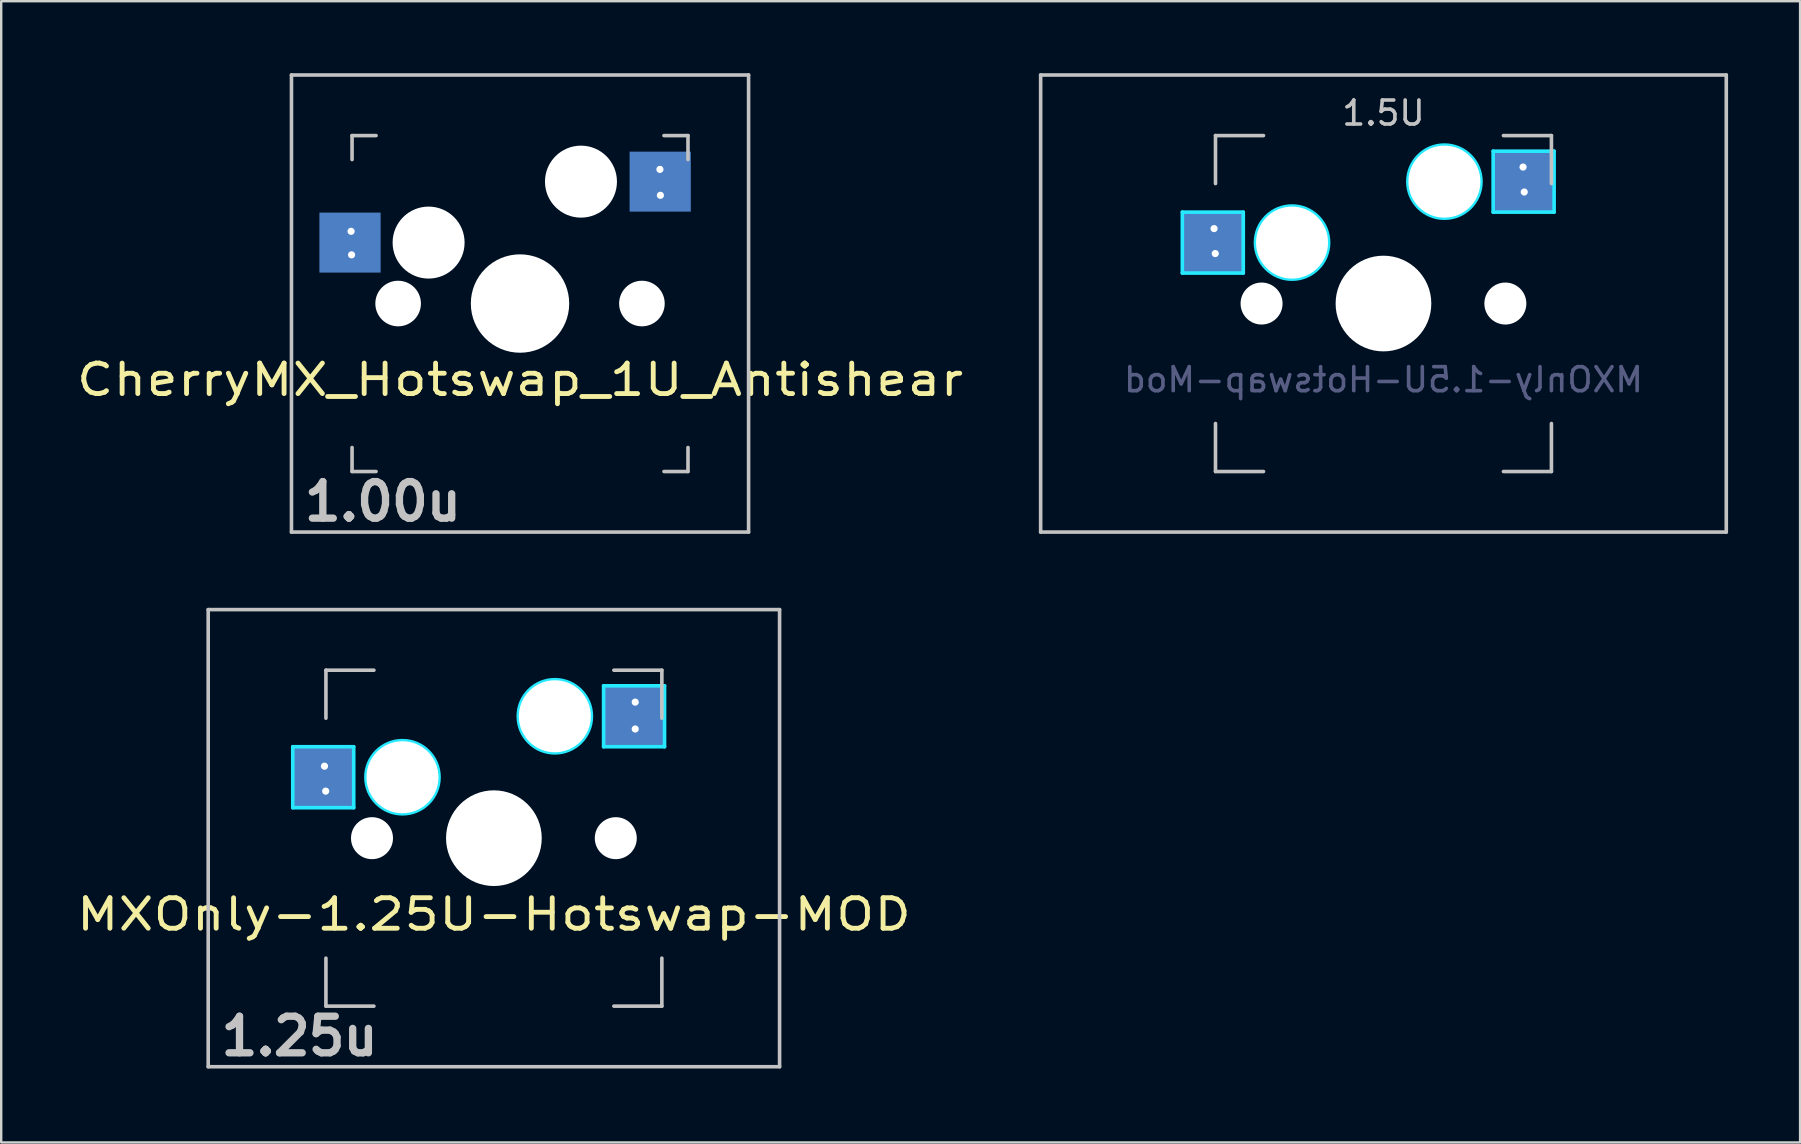
<source format=kicad_pcb>
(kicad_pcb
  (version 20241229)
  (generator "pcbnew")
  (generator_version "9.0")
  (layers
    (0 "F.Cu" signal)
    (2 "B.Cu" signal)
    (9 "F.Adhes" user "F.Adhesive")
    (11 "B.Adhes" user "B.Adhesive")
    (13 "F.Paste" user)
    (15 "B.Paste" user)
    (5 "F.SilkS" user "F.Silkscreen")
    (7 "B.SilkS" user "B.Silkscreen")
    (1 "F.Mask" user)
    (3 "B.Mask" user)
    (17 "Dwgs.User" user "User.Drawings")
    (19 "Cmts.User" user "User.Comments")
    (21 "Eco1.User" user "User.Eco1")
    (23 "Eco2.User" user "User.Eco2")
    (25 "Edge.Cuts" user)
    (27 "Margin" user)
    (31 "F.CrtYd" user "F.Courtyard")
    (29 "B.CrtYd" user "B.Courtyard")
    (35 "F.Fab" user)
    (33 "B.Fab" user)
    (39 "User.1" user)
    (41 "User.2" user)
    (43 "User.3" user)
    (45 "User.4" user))
  (footprint "CherryMX_Hotswap_1U_Antishear"
    (layer "F.Cu")
    (at 18.622 9.6)
    (property "Reference" "CherryMX_Hotswap_1U_Antishear" (at 0 3.175 0) (layer "F.SilkS") (effects (font (size 1.27 1.524) (thickness 0.203))))
    (attr through_hole)
    (fp_line (start -9.525 -9.525) (end 9.525 -9.525) (stroke (width 0.15) (type solid)) (layer "Dwgs.User"))
    (fp_line (start -9.525 9.525) (end -9.525 -9.525) (stroke (width 0.15) (type solid)) (layer "Dwgs.User"))
    (fp_line (start -7 -7) (end -6 -7) (stroke (width 0.15) (type solid)) (layer "Dwgs.User"))
    (fp_line (start -7 -6) (end -7 -7) (stroke (width 0.15) (type solid)) (layer "Dwgs.User"))
    (fp_line (start -7 6) (end -7 7) (stroke (width 0.15) (type solid)) (layer "Dwgs.User"))
    (fp_line (start -7 7) (end -6 7) (stroke (width 0.15) (type solid)) (layer "Dwgs.User"))
    (fp_line (start 6 7) (end 7 7) (stroke (width 0.15) (type solid)) (layer "Dwgs.User"))
    (fp_line (start 7 -7) (end 6 -7) (stroke (width 0.15) (type solid)) (layer "Dwgs.User"))
    (fp_line (start 7 -7) (end 7 -6) (stroke (width 0.15) (type solid)) (layer "Dwgs.User"))
    (fp_line (start 7 7) (end 7 6) (stroke (width 0.15) (type solid)) (layer "Dwgs.User"))
    (fp_line (start 9.525 -9.525) (end 9.525 9.525) (stroke (width 0.15) (type solid)) (layer "Dwgs.User"))
    (fp_line (start 9.525 9.525) (end -9.525 9.525) (stroke (width 0.15) (type solid)) (layer "Dwgs.User"))
    (fp_text user "1.00u" (at -5.715 8.255 0) (layer "Dwgs.User") (effects (font (size 1.524 1.524) (thickness 0.305))))
    (pad "" np_thru_hole circle (at -5.08 0) (size 1.9 1.9) (drill 1.9) (layers "*.Cu" "*.Mask"))
    (pad "" np_thru_hole circle (at -3.81 -2.54) (size 3 3) (drill 3) (layers "*.Cu" "*.Mask"))
    (pad "" np_thru_hole circle (at 0 0 90) (size 4.1 4.1) (drill 4.1) (layers "*.Cu" "*.Mask"))
    (pad "" np_thru_hole circle (at 2.54 -5.08) (size 3 3) (drill 3) (layers "*.Cu" "*.Mask"))
    (pad "" np_thru_hole circle (at 5.08 0) (size 1.9 1.9) (drill 1.9) (layers "*.Cu" "*.Mask"))
    (pad "1" smd rect (at -7.085 -2.54 180) (size 2.55 2.5) (layers "B.Cu" "B.Mask" "B.Paste"))
    (pad "1" thru_hole circle (at -7.04 -3.01) (size 0.6 0.6) (drill 0.3) (layers "*.Cu" "*.Mask"))
    (pad "1" thru_hole circle (at -7.02 -2.03) (size 0.6 0.6) (drill 0.3) (layers "*.Cu" "*.Mask"))
    (pad "2" thru_hole circle (at 5.83 -5.59) (size 0.6 0.6) (drill 0.3) (layers "*.Cu" "*.Mask"))
    (pad "2" smd rect (at 5.842 -5.08 180) (size 2.55 2.5) (layers "B.Cu" "B.Mask" "B.Paste"))
    (pad "2" thru_hole circle (at 5.85 -4.51) (size 0.6 0.6) (drill 0.3) (layers "*.Cu" "*.Mask")))
  (footprint "MXOnly-1.25U-Hotswap-MOD"
    (layer "F.Cu")
    (at 17.533 31.881)
    (property "Reference" "MXOnly-1.25U-Hotswap-MOD" (at 0 3.175 0) (layer "F.SilkS") (effects (font (size 1.27 1.524) (thickness 0.203))))
    (attr smd)
    (fp_line (start -11.906 -9.525) (end 11.906 -9.525) (stroke (width 0.15) (type solid)) (layer "Dwgs.User"))
    (fp_line (start -11.906 9.525) (end -11.906 -9.525) (stroke (width 0.15) (type solid)) (layer "Dwgs.User"))
    (fp_line (start -7 -7) (end -7 -5) (stroke (width 0.15) (type solid)) (layer "Dwgs.User"))
    (fp_line (start -7 5) (end -7 7) (stroke (width 0.15) (type solid)) (layer "Dwgs.User"))
    (fp_line (start -7 7) (end -5 7) (stroke (width 0.15) (type solid)) (layer "Dwgs.User"))
    (fp_line (start -5 -7) (end -7 -7) (stroke (width 0.15) (type solid)) (layer "Dwgs.User"))
    (fp_line (start 5 -7) (end 7 -7) (stroke (width 0.15) (type solid)) (layer "Dwgs.User"))
    (fp_line (start 5 7) (end 7 7) (stroke (width 0.15) (type solid)) (layer "Dwgs.User"))
    (fp_line (start 7 -7) (end 7 -5) (stroke (width 0.15) (type solid)) (layer "Dwgs.User"))
    (fp_line (start 7 7) (end 7 5) (stroke (width 0.15) (type solid)) (layer "Dwgs.User"))
    (fp_line (start 11.906 -9.525) (end 11.906 9.525) (stroke (width 0.15) (type solid)) (layer "Dwgs.User"))
    (fp_line (start 11.906 9.525) (end -11.906 9.525) (stroke (width 0.15) (type solid)) (layer "Dwgs.User"))
    (fp_line (start -8.382 -3.81) (end -5.842 -3.81) (stroke (width 0.15) (type solid)) (layer "B.CrtYd"))
    (fp_line (start -8.382 -1.27) (end -8.382 -3.81) (stroke (width 0.15) (type solid)) (layer "B.CrtYd"))
    (fp_line (start -5.842 -3.81) (end -5.842 -1.27) (stroke (width 0.15) (type solid)) (layer "B.CrtYd"))
    (fp_line (start -5.842 -1.27) (end -8.382 -1.27) (stroke (width 0.15) (type solid)) (layer "B.CrtYd"))
    (fp_line (start 4.572 -6.35) (end 7.112 -6.35) (stroke (width 0.15) (type solid)) (layer "B.CrtYd"))
    (fp_line (start 4.572 -3.81) (end 4.572 -6.35) (stroke (width 0.15) (type solid)) (layer "B.CrtYd"))
    (fp_line (start 7.112 -6.35) (end 7.112 -3.81) (stroke (width 0.15) (type solid)) (layer "B.CrtYd"))
    (fp_line (start 7.112 -3.81) (end 4.572 -3.81) (stroke (width 0.15) (type solid)) (layer "B.CrtYd"))
    (fp_circle (center -3.81 -2.54) (end -3.81 -4.064) (stroke (width 0.15) (type solid)) (fill no) (layer "B.CrtYd"))
    (fp_circle (center 2.54 -5.08) (end 2.54 -6.604) (stroke (width 0.15) (type solid)) (fill no) (layer "B.CrtYd"))
    (fp_text user "1.25u" (at -8.098 8.255 0) (layer "Dwgs.User") (effects (font (size 1.524 1.524) (thickness 0.305))))
    (pad "" np_thru_hole circle (at -5.08 0 48.1) (size 1.75 1.75) (drill 1.75) (layers "*.Cu" "*.Mask"))
    (pad "" np_thru_hole circle (at -3.81 -2.54) (size 3 3) (drill 3) (layers "*.Cu" "*.Mask"))
    (pad "" np_thru_hole circle (at 0 0) (size 3.988 3.988) (drill 3.988) (layers "*.Cu" "*.Mask"))
    (pad "" np_thru_hole circle (at 2.54 -5.08) (size 3 3) (drill 3) (layers "*.Cu" "*.Mask"))
    (pad "" np_thru_hole circle (at 5.08 0 48.1) (size 1.75 1.75) (drill 1.75) (layers "*.Cu" "*.Mask"))
    (pad "1" smd rect (at -7.085 -2.54) (size 2.55 2.5) (layers "B.Cu" "B.Mask" "B.Paste"))
    (pad "1" thru_hole circle (at -7.06 -3) (size 0.6 0.6) (drill 0.3) (layers "*.Cu" "*.Mask"))
    (pad "1" thru_hole circle (at -7.01 -1.96) (size 0.6 0.6) (drill 0.3) (layers "*.Cu" "*.Mask"))
    (pad "2" smd rect (at 5.842 -5.08) (size 2.55 2.5) (layers "B.Cu" "B.Mask" "B.Paste"))
    (pad "2" thru_hole circle (at 5.89 -5.67) (size 0.6 0.6) (drill 0.3) (layers "*.Cu" "*.Mask"))
    (pad "2" thru_hole circle (at 5.89 -4.55) (size 0.6 0.6) (drill 0.3) (layers "*.Cu" "*.Mask")))
  (footprint "MXOnly-1.5U-Hotswap-Mod"
    (layer "F.Cu")
    (at 54.606 9.6)
    (property "Reference" "MXOnly-1.5U-Hotswap-Mod" (at 0 3.175 0) (layer "B.Fab") (effects (font (size 1 1) (thickness 0.15)) (justify mirror)))
    (attr through_hole)
    (fp_line (start -14.287 -9.525) (end 14.287 -9.525) (stroke (width 0.15) (type solid)) (layer "Dwgs.User"))
    (fp_line (start -14.287 9.525) (end -14.287 -9.525) (stroke (width 0.15) (type solid)) (layer "Dwgs.User"))
    (fp_line (start -7 -7) (end -7 -5) (stroke (width 0.15) (type solid)) (layer "Dwgs.User"))
    (fp_line (start -7 5) (end -7 7) (stroke (width 0.15) (type solid)) (layer "Dwgs.User"))
    (fp_line (start -7 7) (end -5 7) (stroke (width 0.15) (type solid)) (layer "Dwgs.User"))
    (fp_line (start -5 -7) (end -7 -7) (stroke (width 0.15) (type solid)) (layer "Dwgs.User"))
    (fp_line (start 5 -7) (end 7 -7) (stroke (width 0.15) (type solid)) (layer "Dwgs.User"))
    (fp_line (start 5 7) (end 7 7) (stroke (width 0.15) (type solid)) (layer "Dwgs.User"))
    (fp_line (start 7 -7) (end 7 -5) (stroke (width 0.15) (type solid)) (layer "Dwgs.User"))
    (fp_line (start 7 7) (end 7 5) (stroke (width 0.15) (type solid)) (layer "Dwgs.User"))
    (fp_line (start 14.287 -9.525) (end 14.287 9.525) (stroke (width 0.15) (type solid)) (layer "Dwgs.User"))
    (fp_line (start 14.287 9.525) (end -14.287 9.525) (stroke (width 0.15) (type solid)) (layer "Dwgs.User"))
    (fp_line (start -8.382 -3.81) (end -5.842 -3.81) (stroke (width 0.15) (type solid)) (layer "B.CrtYd"))
    (fp_line (start -8.382 -1.27) (end -8.382 -3.81) (stroke (width 0.15) (type solid)) (layer "B.CrtYd"))
    (fp_line (start -5.842 -3.81) (end -5.842 -1.27) (stroke (width 0.15) (type solid)) (layer "B.CrtYd"))
    (fp_line (start -5.842 -1.27) (end -8.382 -1.27) (stroke (width 0.15) (type solid)) (layer "B.CrtYd"))
    (fp_line (start 4.572 -6.35) (end 7.112 -6.35) (stroke (width 0.15) (type solid)) (layer "B.CrtYd"))
    (fp_line (start 4.572 -3.81) (end 4.572 -6.35) (stroke (width 0.15) (type solid)) (layer "B.CrtYd"))
    (fp_line (start 7.112 -6.35) (end 7.112 -3.81) (stroke (width 0.15) (type solid)) (layer "B.CrtYd"))
    (fp_line (start 7.112 -3.81) (end 4.572 -3.81) (stroke (width 0.15) (type solid)) (layer "B.CrtYd"))
    (fp_circle (center -3.81 -2.54) (end -3.81 -4.064) (stroke (width 0.15) (type solid)) (fill no) (layer "B.CrtYd"))
    (fp_circle (center 2.54 -5.08) (end 2.54 -6.604) (stroke (width 0.15) (type solid)) (fill no) (layer "B.CrtYd"))
    (fp_text user "1.5U" (at 0 -7.938 0) (layer "Dwgs.User") (effects (font (size 1 1) (thickness 0.15))))
    (pad "" np_thru_hole circle (at -5.08 0 48.1) (size 1.75 1.75) (drill 1.75) (layers "*.Cu" "*.Mask"))
    (pad "" np_thru_hole circle (at -3.81 -2.54) (size 3 3) (drill 3) (layers "*.Cu" "*.Mask"))
    (pad "" np_thru_hole circle (at 0 0) (size 3.988 3.988) (drill 3.988) (layers "*.Cu" "*.Mask"))
    (pad "" np_thru_hole circle (at 2.54 -5.08) (size 3 3) (drill 3) (layers "*.Cu" "*.Mask"))
    (pad "" np_thru_hole circle (at 5.08 0 48.1) (size 1.75 1.75) (drill 1.75) (layers "*.Cu" "*.Mask"))
    (pad "1" smd rect (at -7.085 -2.54) (size 2.55 2.5) (layers "B.Cu" "B.Mask" "B.Paste"))
    (pad "1" thru_hole circle (at -7.06 -3.123) (size 0.6 0.6) (drill 0.3) (layers "*.Cu" "*.Mask"))
    (pad "1" thru_hole circle (at -7.01 -2.083) (size 0.6 0.6) (drill 0.3) (layers "*.Cu" "*.Mask"))
    (pad "2" thru_hole circle (at 5.817 -5.688) (size 0.6 0.6) (drill 0.3) (layers "*.Cu" "*.Mask"))
    (pad "2" smd rect (at 5.842 -5.08) (size 2.55 2.5) (layers "B.Cu" "B.Mask" "B.Paste"))
    (pad "2" thru_hole circle (at 5.867 -4.648) (size 0.6 0.6) (drill 0.3) (layers "*.Cu" "*.Mask")))
  (gr_rect
    (start -3 -3)
    (end 71.969 44.563)
    (stroke (width 0.1) (type default))
    (fill no)
    (layer "Edge.Cuts")))
</source>
